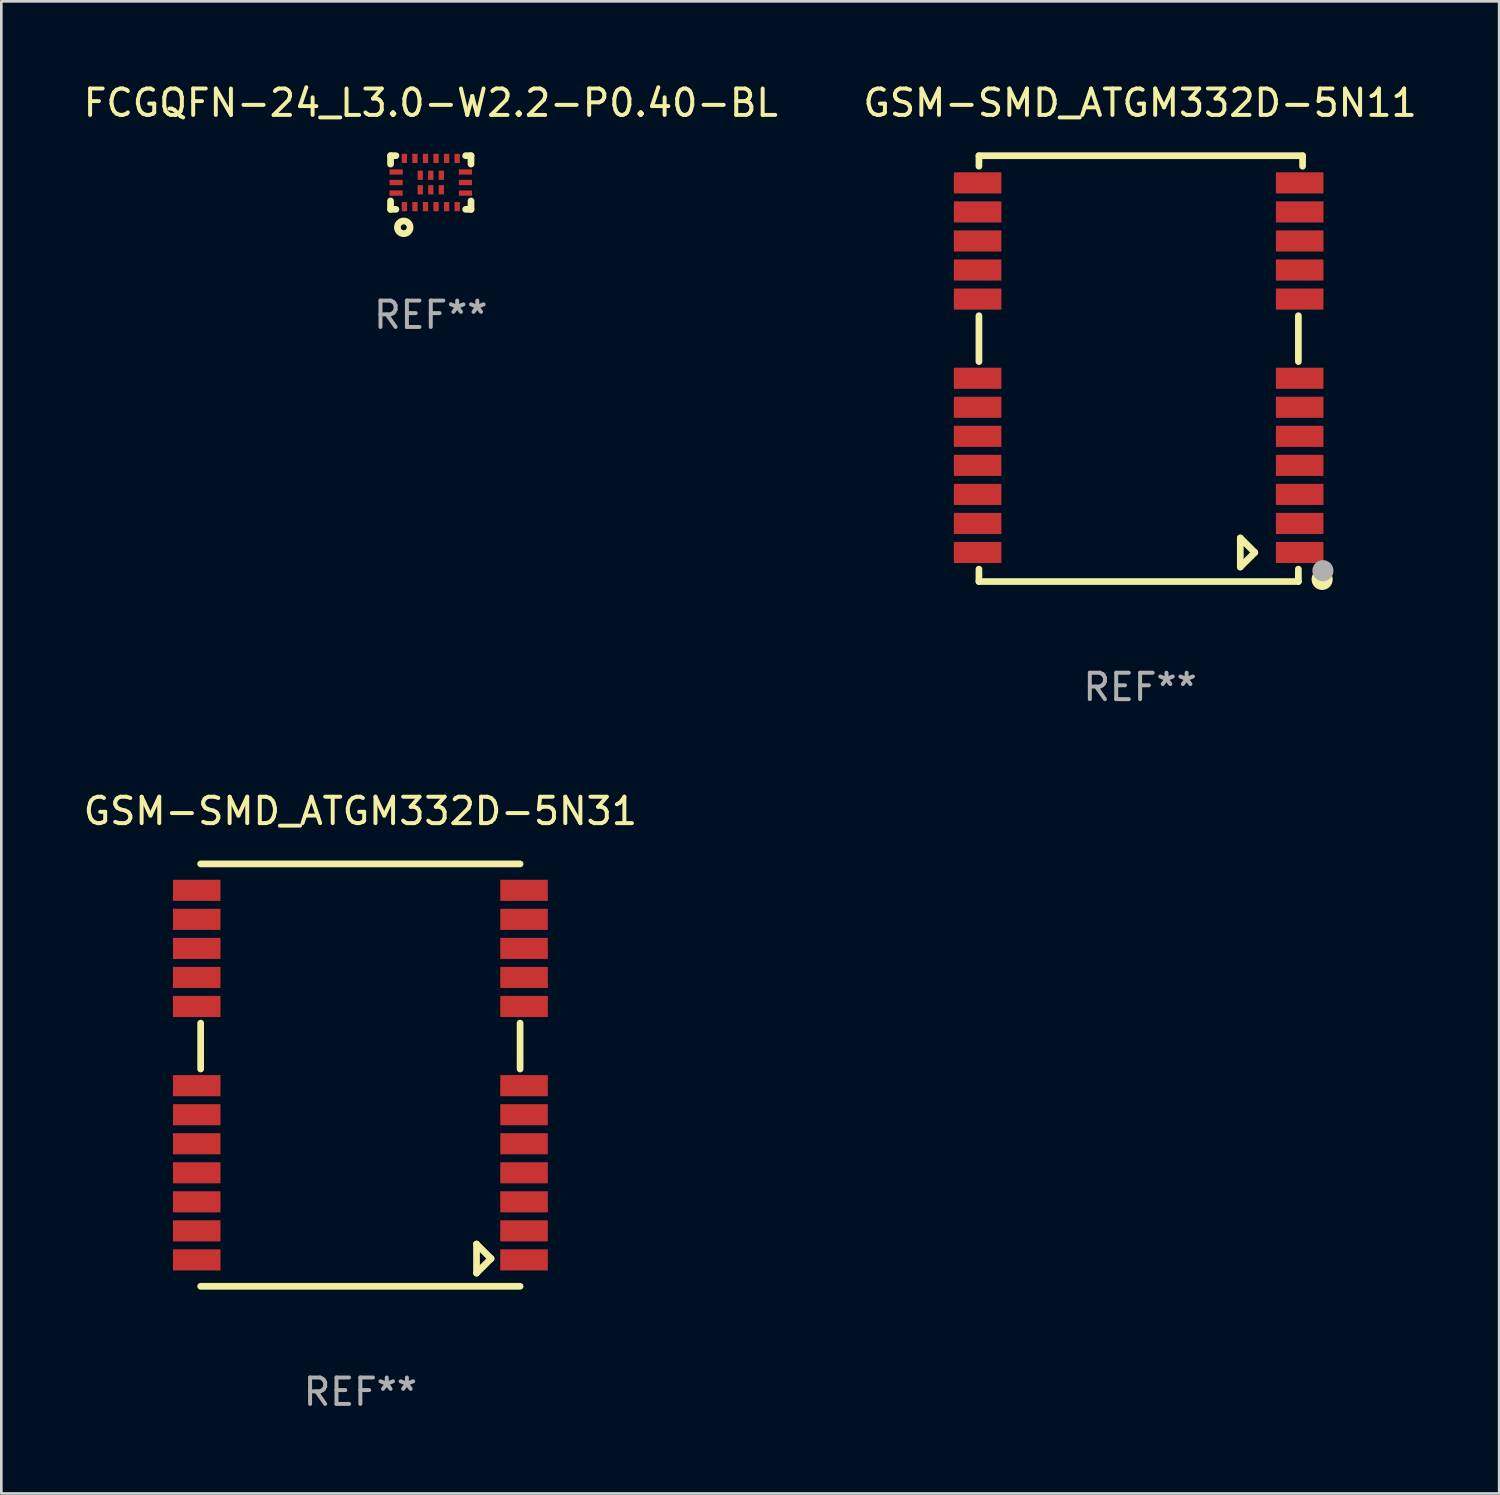
<source format=kicad_pcb>
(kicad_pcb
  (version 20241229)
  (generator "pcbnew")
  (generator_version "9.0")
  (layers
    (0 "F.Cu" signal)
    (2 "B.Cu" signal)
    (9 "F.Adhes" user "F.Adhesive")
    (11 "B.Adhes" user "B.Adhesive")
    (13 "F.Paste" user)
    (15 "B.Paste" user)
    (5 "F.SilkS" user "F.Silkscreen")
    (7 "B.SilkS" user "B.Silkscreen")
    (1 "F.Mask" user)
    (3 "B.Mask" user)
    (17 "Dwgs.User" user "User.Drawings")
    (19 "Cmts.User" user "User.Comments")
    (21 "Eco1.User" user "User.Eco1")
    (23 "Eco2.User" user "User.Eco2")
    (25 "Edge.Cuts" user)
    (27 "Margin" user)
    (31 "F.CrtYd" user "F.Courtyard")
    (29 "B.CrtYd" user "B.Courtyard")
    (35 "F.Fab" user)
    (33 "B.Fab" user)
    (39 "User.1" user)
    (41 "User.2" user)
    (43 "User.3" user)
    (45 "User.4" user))
  (footprint "FCGQFN-24_L3.0-W2.2-P0.40-BL"
    (layer "F.Cu")
    (at 13.268 3.864)
    (property "Reference" "FCGQFN-24_L3.0-W2.2-P0.40-BL" (at 0 -3.016 0) (layer "F.SilkS") (effects (font (size 1 1) (thickness 0.15))))
    (attr smd)
    (fp_line (start -1.524 -1.016) (end -1.524 -0.699) (stroke (width 0.254) (type solid)) (layer "F.SilkS"))
    (fp_line (start -1.524 0.699) (end -1.524 1.016) (stroke (width 0.254) (type solid)) (layer "F.SilkS"))
    (fp_line (start -1.524 1.016) (end -1.321 1.016) (stroke (width 0.254) (type solid)) (layer "F.SilkS"))
    (fp_line (start -1.321 -1.016) (end -1.524 -1.016) (stroke (width 0.254) (type solid)) (layer "F.SilkS"))
    (fp_line (start 1.321 1.016) (end 1.524 1.016) (stroke (width 0.254) (type solid)) (layer "F.SilkS"))
    (fp_line (start 1.524 -1.016) (end 1.321 -1.016) (stroke (width 0.254) (type solid)) (layer "F.SilkS"))
    (fp_line (start 1.524 -0.699) (end 1.524 -1.016) (stroke (width 0.254) (type solid)) (layer "F.SilkS"))
    (fp_line (start 1.524 1.016) (end 1.524 0.699) (stroke (width 0.254) (type solid)) (layer "F.SilkS"))
    (fp_circle (center -1.024 1.697) (end -0.911 1.697) (stroke (width 0.254) (type solid)) (fill no) (layer "F.SilkS"))
    (fp_text user "REF**" (at 0 5.016 0) (layer "F.Fab") (effects (font (size 1 1) (thickness 0.15))))
    (pad "1" smd rect (at -1 0.913 90) (size 0.35 0.2) (layers "F.Cu" "F.Mask" "F.Paste"))
    (pad "2" smd rect (at -0.6 0.913 90) (size 0.35 0.2) (layers "F.Cu" "F.Mask" "F.Paste"))
    (pad "3" smd rect (at -0.2 0.913 90) (size 0.35 0.2) (layers "F.Cu" "F.Mask" "F.Paste"))
    (pad "4" smd rect (at 0.2 0.913 90) (size 0.35 0.2) (layers "F.Cu" "F.Mask" "F.Paste"))
    (pad "5" smd rect (at 0.6 0.913 90) (size 0.35 0.2) (layers "F.Cu" "F.Mask" "F.Paste"))
    (pad "6" smd rect (at 1 0.913 90) (size 0.35 0.2) (layers "F.Cu" "F.Mask" "F.Paste"))
    (pad "7" smd rect (at 1.313 0.4 180) (size 0.5 0.2) (layers "F.Cu" "F.Mask" "F.Paste"))
    (pad "8" smd rect (at 1.313 0 180) (size 0.5 0.2) (layers "F.Cu" "F.Mask" "F.Paste"))
    (pad "9" smd rect (at 1.313 -0.4 180) (size 0.5 0.2) (layers "F.Cu" "F.Mask" "F.Paste"))
    (pad "10" smd rect (at 1 -0.913 270) (size 0.35 0.2) (layers "F.Cu" "F.Mask" "F.Paste"))
    (pad "11" smd rect (at 0.6 -0.913 270) (size 0.35 0.2) (layers "F.Cu" "F.Mask" "F.Paste"))
    (pad "12" smd rect (at 0.2 -0.913 270) (size 0.35 0.2) (layers "F.Cu" "F.Mask" "F.Paste"))
    (pad "13" smd rect (at -0.2 -0.913 270) (size 0.35 0.2) (layers "F.Cu" "F.Mask" "F.Paste"))
    (pad "14" smd rect (at -0.6 -0.913 270) (size 0.35 0.2) (layers "F.Cu" "F.Mask" "F.Paste"))
    (pad "15" smd rect (at -1 -0.913 270) (size 0.35 0.2) (layers "F.Cu" "F.Mask" "F.Paste"))
    (pad "16" smd rect (at -1.313 -0.4) (size 0.5 0.2) (layers "F.Cu" "F.Mask" "F.Paste"))
    (pad "17" smd rect (at -1.313 0) (size 0.5 0.2) (layers "F.Cu" "F.Mask" "F.Paste"))
    (pad "18" smd rect (at -1.313 0.4) (size 0.5 0.2) (layers "F.Cu" "F.Mask" "F.Paste"))
    (pad "19" smd rect (at -0.4 0.275) (size 0.2 0.35) (layers "F.Cu" "F.Mask" "F.Paste"))
    (pad "20" smd rect (at 0.000076 0.275) (size 0.2 0.35) (layers "F.Cu" "F.Mask" "F.Paste"))
    (pad "21" smd rect (at 0.4 0.275) (size 0.2 0.35) (layers "F.Cu" "F.Mask" "F.Paste"))
    (pad "22" smd rect (at 0.4 -0.275) (size 0.2 0.35) (layers "F.Cu" "F.Mask" "F.Paste"))
    (pad "23" smd rect (at 0.000076 -0.275) (size 0.2 0.35) (layers "F.Cu" "F.Mask" "F.Paste"))
    (pad "24" smd rect (at -0.4 -0.275) (size 0.2 0.35) (layers "F.Cu" "F.Mask" "F.Paste")))
  (footprint "GSM-SMD_ATGM332D-5N11"
    (layer "F.Cu")
    (at 40.082 10.878)
    (property "Reference" "GSM-SMD_ATGM332D-5N11" (at 0.055 -10.03 0) (layer "F.SilkS") (effects (font (size 1 1) (thickness 0.15))))
    (attr through_hole)
    (fp_line (start -6.05 -8.03) (end 6.21 -8.03) (stroke (width 0.254) (type solid)) (layer "F.SilkS"))
    (fp_line (start -6.05 -7.631) (end -6.05 -8.03) (stroke (width 0.254) (type solid)) (layer "F.SilkS"))
    (fp_line (start -6.05 -1.969) (end -6.05 -0.231) (stroke (width 0.254) (type solid)) (layer "F.SilkS"))
    (fp_line (start -6.05 7.631) (end -6.05 8.1) (stroke (width 0.254) (type solid)) (layer "F.SilkS"))
    (fp_line (start -6.05 8.1) (end 6.05 8.1) (stroke (width 0.254) (type solid)) (layer "F.SilkS"))
    (fp_line (start 3.85 6.45) (end 4.4 7) (stroke (width 0.254) (type solid)) (layer "F.SilkS"))
    (fp_line (start 3.85 7.55) (end 3.85 6.45) (stroke (width 0.254) (type solid)) (layer "F.SilkS"))
    (fp_line (start 4.4 7) (end 3.85 7.55) (stroke (width 0.254) (type solid)) (layer "F.SilkS"))
    (fp_line (start 6.05 -1.969) (end 6.05 -0.231) (stroke (width 0.254) (type solid)) (layer "F.SilkS"))
    (fp_line (start 6.05 7.631) (end 6.05 8.1) (stroke (width 0.254) (type solid)) (layer "F.SilkS"))
    (fp_line (start 6.21 -8.03) (end 6.21 -7.631) (stroke (width 0.254) (type solid)) (layer "F.SilkS"))
    (fp_circle (center 6.1 8) (end 6.13 8) (stroke (width 0.06) (type solid)) (fill no) (layer "F.SilkS"))
    (fp_circle (center 6.95 8.02) (end 7.15 8.02) (stroke (width 0.4) (type solid)) (fill no) (layer "F.SilkS"))
    (fp_circle (center 6.98 7.69) (end 7.18 7.69) (stroke (width 0.4) (type solid)) (fill no) (layer "F.Fab"))
    (fp_text user "REF**" (at 0.055 12.1 0) (layer "F.Fab") (effects (font (size 1 1) (thickness 0.15))))
    (pad "1" smd rect (at 6.1 7 270) (size 0.8 1.8) (layers "F.Cu" "F.Mask" "F.Paste"))
    (pad "2" smd rect (at 6.1 5.9 270) (size 0.8 1.8) (layers "F.Cu" "F.Mask" "F.Paste"))
    (pad "3" smd rect (at 6.1 4.8 270) (size 0.8 1.8) (layers "F.Cu" "F.Mask" "F.Paste"))
    (pad "4" smd rect (at 6.1 3.7 270) (size 0.8 1.8) (layers "F.Cu" "F.Mask" "F.Paste"))
    (pad "5" smd rect (at 6.1 2.6 270) (size 0.8 1.8) (layers "F.Cu" "F.Mask" "F.Paste"))
    (pad "6" smd rect (at 6.1 1.5 270) (size 0.8 1.8) (layers "F.Cu" "F.Mask" "F.Paste"))
    (pad "7" smd rect (at 6.1 0.4 270) (size 0.8 1.8) (layers "F.Cu" "F.Mask" "F.Paste"))
    (pad "8" smd rect (at 6.1 -2.6 270) (size 0.8 1.8) (layers "F.Cu" "F.Mask" "F.Paste"))
    (pad "9" smd rect (at 6.1 -3.7 270) (size 0.8 1.8) (layers "F.Cu" "F.Mask" "F.Paste"))
    (pad "10" smd rect (at 6.1 -4.8 270) (size 0.8 1.8) (layers "F.Cu" "F.Mask" "F.Paste"))
    (pad "11" smd rect (at 6.1 -5.9 270) (size 0.8 1.8) (layers "F.Cu" "F.Mask" "F.Paste"))
    (pad "12" smd rect (at 6.1 -7 270) (size 0.8 1.8) (layers "F.Cu" "F.Mask" "F.Paste"))
    (pad "13" smd rect (at -6.1 -7 270) (size 0.8 1.8) (layers "F.Cu" "F.Mask" "F.Paste"))
    (pad "14" smd rect (at -6.1 -5.9 270) (size 0.8 1.8) (layers "F.Cu" "F.Mask" "F.Paste"))
    (pad "15" smd rect (at -6.1 -4.8 270) (size 0.8 1.8) (layers "F.Cu" "F.Mask" "F.Paste"))
    (pad "16" smd rect (at -6.1 -3.7 270) (size 0.8 1.8) (layers "F.Cu" "F.Mask" "F.Paste"))
    (pad "17" smd rect (at -6.1 -2.6 270) (size 0.8 1.8) (layers "F.Cu" "F.Mask" "F.Paste"))
    (pad "18" smd rect (at -6.1 0.4 270) (size 0.8 1.8) (layers "F.Cu" "F.Mask" "F.Paste"))
    (pad "19" smd rect (at -6.1 1.5 270) (size 0.8 1.8) (layers "F.Cu" "F.Mask" "F.Paste"))
    (pad "20" smd rect (at -6.1 2.6 270) (size 0.8 1.8) (layers "F.Cu" "F.Mask" "F.Paste"))
    (pad "21" smd rect (at -6.1 3.7 270) (size 0.8 1.8) (layers "F.Cu" "F.Mask" "F.Paste"))
    (pad "22" smd rect (at -6.1 4.8 270) (size 0.8 1.8) (layers "F.Cu" "F.Mask" "F.Paste"))
    (pad "23" smd rect (at -6.1 5.9 270) (size 0.8 1.8) (layers "F.Cu" "F.Mask" "F.Paste"))
    (pad "24" smd rect (at -6.1 7 270) (size 0.8 1.8) (layers "F.Cu" "F.Mask" "F.Paste")))
  (footprint "GSM-SMD_ATGM332D-5N31"
    (layer "F.Cu")
    (at 10.601 37.675)
    (property "Reference" "GSM-SMD_ATGM332D-5N31" (at 0 -10 0) (layer "F.SilkS") (effects (font (size 1 1) (thickness 0.15))))
    (attr through_hole)
    (fp_line (start -6.05 -1.969) (end -6.05 -0.231) (stroke (width 0.254) (type solid)) (layer "F.SilkS"))
    (fp_line (start -6.05 8) (end 6.05 8) (stroke (width 0.254) (type solid)) (layer "F.SilkS"))
    (fp_line (start 4.4 6.4) (end 4.95 6.95) (stroke (width 0.254) (type solid)) (layer "F.SilkS"))
    (fp_line (start 4.4 7.5) (end 4.4 6.4) (stroke (width 0.254) (type solid)) (layer "F.SilkS"))
    (fp_line (start 4.95 6.95) (end 4.4 7.5) (stroke (width 0.254) (type solid)) (layer "F.SilkS"))
    (fp_line (start 6.05 -8) (end -6.05 -8) (stroke (width 0.254) (type solid)) (layer "F.SilkS"))
    (fp_line (start 6.05 -1.969) (end 6.05 -0.231) (stroke (width 0.254) (type solid)) (layer "F.SilkS"))
    (fp_circle (center 6.1 8) (end 6.13 8) (stroke (width 0.06) (type solid)) (fill no) (layer "F.SilkS"))
    (fp_text user "REF**" (at 0 12 0) (layer "F.Fab") (effects (font (size 1 1) (thickness 0.15))))
    (pad "1" smd rect (at 6.2 7 270) (size 0.8 1.8) (layers "F.Cu" "F.Mask" "F.Paste"))
    (pad "2" smd rect (at 6.2 5.9 270) (size 0.8 1.8) (layers "F.Cu" "F.Mask" "F.Paste"))
    (pad "3" smd rect (at 6.2 4.8 270) (size 0.8 1.8) (layers "F.Cu" "F.Mask" "F.Paste"))
    (pad "4" smd rect (at 6.2 3.7 270) (size 0.8 1.8) (layers "F.Cu" "F.Mask" "F.Paste"))
    (pad "5" smd rect (at 6.2 2.6 270) (size 0.8 1.8) (layers "F.Cu" "F.Mask" "F.Paste"))
    (pad "6" smd rect (at 6.2 1.5 270) (size 0.8 1.8) (layers "F.Cu" "F.Mask" "F.Paste"))
    (pad "7" smd rect (at 6.2 0.4 270) (size 0.8 1.8) (layers "F.Cu" "F.Mask" "F.Paste"))
    (pad "8" smd rect (at 6.2 -2.6 270) (size 0.8 1.8) (layers "F.Cu" "F.Mask" "F.Paste"))
    (pad "9" smd rect (at 6.2 -3.7 270) (size 0.8 1.8) (layers "F.Cu" "F.Mask" "F.Paste"))
    (pad "10" smd rect (at 6.2 -4.8 270) (size 0.8 1.8) (layers "F.Cu" "F.Mask" "F.Paste"))
    (pad "11" smd rect (at 6.2 -5.9 270) (size 0.8 1.8) (layers "F.Cu" "F.Mask" "F.Paste"))
    (pad "12" smd rect (at 6.2 -7 270) (size 0.8 1.8) (layers "F.Cu" "F.Mask" "F.Paste"))
    (pad "13" smd rect (at -6.2 -7 270) (size 0.8 1.8) (layers "F.Cu" "F.Mask" "F.Paste"))
    (pad "14" smd rect (at -6.2 -5.9 270) (size 0.8 1.8) (layers "F.Cu" "F.Mask" "F.Paste"))
    (pad "15" smd rect (at -6.2 -4.8 270) (size 0.8 1.8) (layers "F.Cu" "F.Mask" "F.Paste"))
    (pad "16" smd rect (at -6.2 -3.7 270) (size 0.8 1.8) (layers "F.Cu" "F.Mask" "F.Paste"))
    (pad "17" smd rect (at -6.2 -2.6 270) (size 0.8 1.8) (layers "F.Cu" "F.Mask" "F.Paste"))
    (pad "18" smd rect (at -6.2 0.4 270) (size 0.8 1.8) (layers "F.Cu" "F.Mask" "F.Paste"))
    (pad "19" smd rect (at -6.2 1.5 270) (size 0.8 1.8) (layers "F.Cu" "F.Mask" "F.Paste"))
    (pad "20" smd rect (at -6.2 2.6 270) (size 0.8 1.8) (layers "F.Cu" "F.Mask" "F.Paste"))
    (pad "21" smd rect (at -6.2 3.7 270) (size 0.8 1.8) (layers "F.Cu" "F.Mask" "F.Paste"))
    (pad "22" smd rect (at -6.2 4.8 270) (size 0.8 1.8) (layers "F.Cu" "F.Mask" "F.Paste"))
    (pad "23" smd rect (at -6.2 5.9 270) (size 0.8 1.8) (layers "F.Cu" "F.Mask" "F.Paste"))
    (pad "24" smd rect (at -6.2 7 270) (size 0.8 1.8) (layers "F.Cu" "F.Mask" "F.Paste")))
  (gr_rect
    (start -3 -3)
    (end 53.738 53.523)
    (stroke (width 0.1) (type default))
    (fill no)
    (layer "Edge.Cuts")))
</source>
